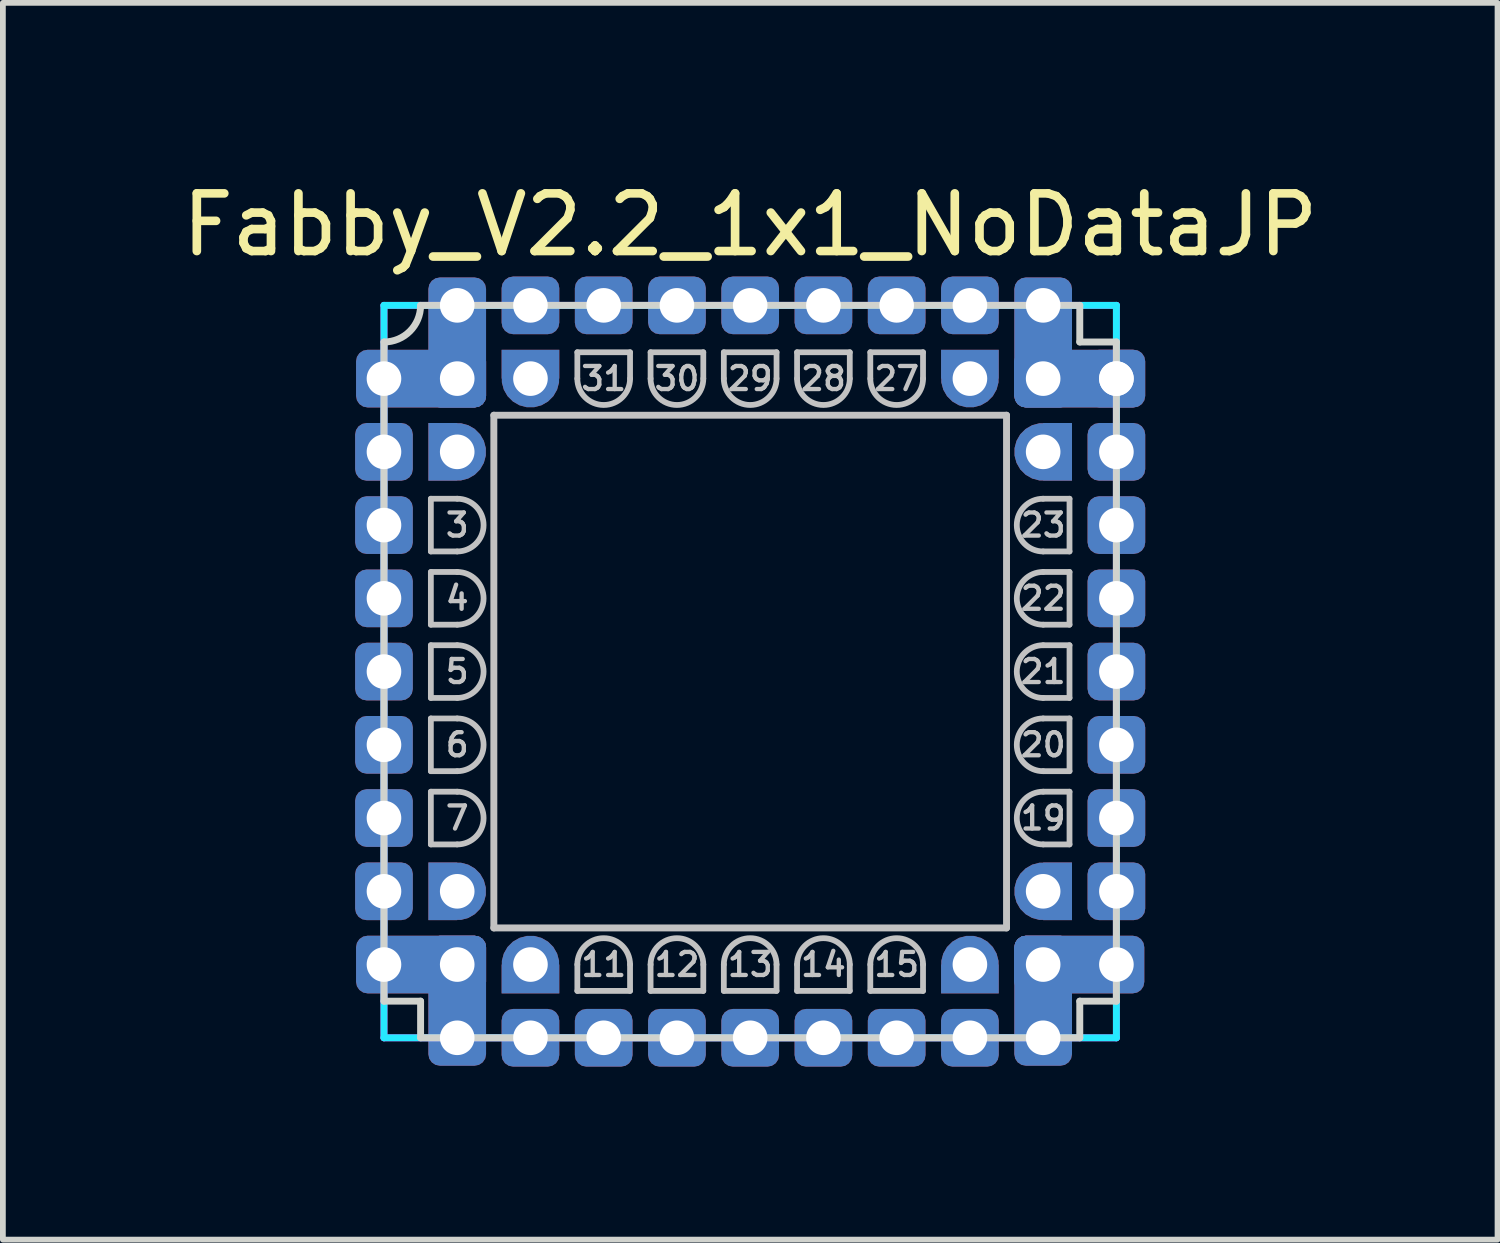
<source format=kicad_pcb>
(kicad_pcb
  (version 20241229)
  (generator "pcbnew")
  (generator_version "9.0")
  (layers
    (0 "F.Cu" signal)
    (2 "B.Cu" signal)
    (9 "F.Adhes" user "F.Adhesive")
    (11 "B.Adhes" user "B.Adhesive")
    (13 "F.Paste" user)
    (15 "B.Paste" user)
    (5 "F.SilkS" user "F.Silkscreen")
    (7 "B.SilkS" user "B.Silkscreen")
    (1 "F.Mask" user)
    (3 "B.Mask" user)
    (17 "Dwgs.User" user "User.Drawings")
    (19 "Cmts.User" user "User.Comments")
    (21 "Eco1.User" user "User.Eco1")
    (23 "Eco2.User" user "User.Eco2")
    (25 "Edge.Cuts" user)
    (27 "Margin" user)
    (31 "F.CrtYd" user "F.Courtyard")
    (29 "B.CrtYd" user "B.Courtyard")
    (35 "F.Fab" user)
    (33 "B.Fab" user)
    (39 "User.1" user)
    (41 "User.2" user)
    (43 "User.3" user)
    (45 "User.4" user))
  (footprint "Fabby_V2.2_1x1_NoDataJP"
    (layer "F.Cu")
    (at 9.958 8.595)
    (property "Reference" "Fabby_V2.2_1x1_NoDataJP" (at 0 -7.747 0) (layer "F.SilkS") (effects (font (size 1 1) (thickness 0.15))))
    (attr through_hole)
    (fp_line (start -5.537 -2.997) (end -5.08 -2.997) (stroke (width 0.1) (type solid)) (layer "Dwgs.User"))
    (fp_line (start -5.537 -2.083) (end -5.537 -2.997) (stroke (width 0.1) (type solid)) (layer "Dwgs.User"))
    (fp_line (start -5.537 -1.727) (end -5.08 -1.727) (stroke (width 0.1) (type solid)) (layer "Dwgs.User"))
    (fp_line (start -5.537 -0.813) (end -5.537 -1.727) (stroke (width 0.1) (type solid)) (layer "Dwgs.User"))
    (fp_line (start -5.537 -0.457) (end -5.08 -0.457) (stroke (width 0.1) (type solid)) (layer "Dwgs.User"))
    (fp_line (start -5.537 0.457) (end -5.537 -0.457) (stroke (width 0.1) (type solid)) (layer "Dwgs.User"))
    (fp_line (start -5.537 0.813) (end -5.08 0.813) (stroke (width 0.1) (type solid)) (layer "Dwgs.User"))
    (fp_line (start -5.537 1.727) (end -5.537 0.813) (stroke (width 0.1) (type solid)) (layer "Dwgs.User"))
    (fp_line (start -5.537 2.083) (end -5.08 2.083) (stroke (width 0.1) (type solid)) (layer "Dwgs.User"))
    (fp_line (start -5.537 2.997) (end -5.537 2.083) (stroke (width 0.1) (type solid)) (layer "Dwgs.User"))
    (fp_line (start -5.08 -2.083) (end -5.537 -2.083) (stroke (width 0.1) (type solid)) (layer "Dwgs.User"))
    (fp_line (start -5.08 -0.813) (end -5.537 -0.813) (stroke (width 0.1) (type solid)) (layer "Dwgs.User"))
    (fp_line (start -5.08 0.457) (end -5.537 0.457) (stroke (width 0.1) (type solid)) (layer "Dwgs.User"))
    (fp_line (start -5.08 1.727) (end -5.537 1.727) (stroke (width 0.1) (type solid)) (layer "Dwgs.User"))
    (fp_line (start -5.08 2.997) (end -5.537 2.997) (stroke (width 0.1) (type solid)) (layer "Dwgs.User"))
    (fp_line (start -4.445 -4.445) (end 4.445 -4.445) (stroke (width 0.12) (type solid)) (layer "Dwgs.User"))
    (fp_line (start -4.445 4.445) (end -4.445 -4.445) (stroke (width 0.12) (type solid)) (layer "Dwgs.User"))
    (fp_line (start -2.997 -5.537) (end -2.083 -5.537) (stroke (width 0.1) (type solid)) (layer "Dwgs.User"))
    (fp_line (start -2.997 -5.08) (end -2.997 -5.537) (stroke (width 0.1) (type solid)) (layer "Dwgs.User"))
    (fp_line (start -2.997 5.537) (end -2.997 5.08) (stroke (width 0.1) (type solid)) (layer "Dwgs.User"))
    (fp_line (start -2.083 -5.537) (end -2.083 -5.08) (stroke (width 0.1) (type solid)) (layer "Dwgs.User"))
    (fp_line (start -2.083 5.08) (end -2.083 5.537) (stroke (width 0.1) (type solid)) (layer "Dwgs.User"))
    (fp_line (start -2.083 5.537) (end -2.997 5.537) (stroke (width 0.1) (type solid)) (layer "Dwgs.User"))
    (fp_line (start -1.727 -5.537) (end -0.813 -5.537) (stroke (width 0.1) (type solid)) (layer "Dwgs.User"))
    (fp_line (start -1.727 -5.08) (end -1.727 -5.537) (stroke (width 0.1) (type solid)) (layer "Dwgs.User"))
    (fp_line (start -1.727 5.537) (end -1.727 5.08) (stroke (width 0.1) (type solid)) (layer "Dwgs.User"))
    (fp_line (start -0.813 -5.537) (end -0.813 -5.08) (stroke (width 0.1) (type solid)) (layer "Dwgs.User"))
    (fp_line (start -0.813 5.08) (end -0.813 5.537) (stroke (width 0.1) (type solid)) (layer "Dwgs.User"))
    (fp_line (start -0.813 5.537) (end -1.727 5.537) (stroke (width 0.1) (type solid)) (layer "Dwgs.User"))
    (fp_line (start -0.457 -5.537) (end 0.457 -5.537) (stroke (width 0.1) (type solid)) (layer "Dwgs.User"))
    (fp_line (start -0.457 -5.08) (end -0.457 -5.537) (stroke (width 0.1) (type solid)) (layer "Dwgs.User"))
    (fp_line (start -0.457 5.537) (end -0.457 5.08) (stroke (width 0.1) (type solid)) (layer "Dwgs.User"))
    (fp_line (start 0.457 -5.537) (end 0.457 -5.08) (stroke (width 0.1) (type solid)) (layer "Dwgs.User"))
    (fp_line (start 0.457 5.08) (end 0.457 5.537) (stroke (width 0.1) (type solid)) (layer "Dwgs.User"))
    (fp_line (start 0.457 5.537) (end -0.457 5.537) (stroke (width 0.1) (type solid)) (layer "Dwgs.User"))
    (fp_line (start 0.813 -5.537) (end 1.727 -5.537) (stroke (width 0.1) (type solid)) (layer "Dwgs.User"))
    (fp_line (start 0.813 -5.08) (end 0.813 -5.537) (stroke (width 0.1) (type solid)) (layer "Dwgs.User"))
    (fp_line (start 0.813 5.537) (end 0.813 5.08) (stroke (width 0.1) (type solid)) (layer "Dwgs.User"))
    (fp_line (start 1.727 -5.537) (end 1.727 -5.08) (stroke (width 0.1) (type solid)) (layer "Dwgs.User"))
    (fp_line (start 1.727 5.08) (end 1.727 5.537) (stroke (width 0.1) (type solid)) (layer "Dwgs.User"))
    (fp_line (start 1.727 5.537) (end 0.813 5.537) (stroke (width 0.1) (type solid)) (layer "Dwgs.User"))
    (fp_line (start 2.083 -5.537) (end 2.997 -5.537) (stroke (width 0.1) (type solid)) (layer "Dwgs.User"))
    (fp_line (start 2.083 -5.08) (end 2.083 -5.537) (stroke (width 0.1) (type solid)) (layer "Dwgs.User"))
    (fp_line (start 2.083 5.537) (end 2.083 5.08) (stroke (width 0.1) (type solid)) (layer "Dwgs.User"))
    (fp_line (start 2.997 -5.537) (end 2.997 -5.08) (stroke (width 0.1) (type solid)) (layer "Dwgs.User"))
    (fp_line (start 2.997 5.08) (end 2.997 5.537) (stroke (width 0.1) (type solid)) (layer "Dwgs.User"))
    (fp_line (start 2.997 5.537) (end 2.083 5.537) (stroke (width 0.1) (type solid)) (layer "Dwgs.User"))
    (fp_line (start 4.445 -4.445) (end 4.445 4.445) (stroke (width 0.12) (type solid)) (layer "Dwgs.User"))
    (fp_line (start 4.445 4.445) (end -4.445 4.445) (stroke (width 0.12) (type solid)) (layer "Dwgs.User"))
    (fp_line (start 5.08 -2.997) (end 5.537 -2.997) (stroke (width 0.1) (type solid)) (layer "Dwgs.User"))
    (fp_line (start 5.08 -1.727) (end 5.537 -1.727) (stroke (width 0.1) (type solid)) (layer "Dwgs.User"))
    (fp_line (start 5.08 -0.457) (end 5.537 -0.457) (stroke (width 0.1) (type solid)) (layer "Dwgs.User"))
    (fp_line (start 5.08 0.813) (end 5.537 0.813) (stroke (width 0.1) (type solid)) (layer "Dwgs.User"))
    (fp_line (start 5.08 2.083) (end 5.537 2.083) (stroke (width 0.1) (type solid)) (layer "Dwgs.User"))
    (fp_line (start 5.537 -2.997) (end 5.537 -2.083) (stroke (width 0.1) (type solid)) (layer "Dwgs.User"))
    (fp_line (start 5.537 -2.083) (end 5.08 -2.083) (stroke (width 0.1) (type solid)) (layer "Dwgs.User"))
    (fp_line (start 5.537 -1.727) (end 5.537 -0.813) (stroke (width 0.1) (type solid)) (layer "Dwgs.User"))
    (fp_line (start 5.537 -0.813) (end 5.08 -0.813) (stroke (width 0.1) (type solid)) (layer "Dwgs.User"))
    (fp_line (start 5.537 -0.457) (end 5.537 0.457) (stroke (width 0.1) (type solid)) (layer "Dwgs.User"))
    (fp_line (start 5.537 0.457) (end 5.08 0.457) (stroke (width 0.1) (type solid)) (layer "Dwgs.User"))
    (fp_line (start 5.537 0.813) (end 5.537 1.727) (stroke (width 0.1) (type solid)) (layer "Dwgs.User"))
    (fp_line (start 5.537 1.727) (end 5.08 1.727) (stroke (width 0.1) (type solid)) (layer "Dwgs.User"))
    (fp_line (start 5.537 2.083) (end 5.537 2.997) (stroke (width 0.1) (type solid)) (layer "Dwgs.User"))
    (fp_line (start 5.537 2.997) (end 5.08 2.997) (stroke (width 0.1) (type solid)) (layer "Dwgs.User"))
    (fp_arc (start -5.08 -2.9972) (mid -4.6228 -2.54) (end -5.08 -2.0828) (stroke (width 0.1) (type solid)) (layer "Dwgs.User"))
    (fp_arc (start -5.08 -1.7272) (mid -4.6228 -1.27) (end -5.08 -0.8128) (stroke (width 0.1) (type solid)) (layer "Dwgs.User"))
    (fp_arc (start -5.08 -0.4572) (mid -4.6228 0) (end -5.08 0.4572) (stroke (width 0.1) (type solid)) (layer "Dwgs.User"))
    (fp_arc (start -5.08 0.8128) (mid -4.6228 1.27) (end -5.08 1.7272) (stroke (width 0.1) (type solid)) (layer "Dwgs.User"))
    (fp_arc (start -5.08 2.0828) (mid -4.6228 2.54) (end -5.08 2.9972) (stroke (width 0.1) (type solid)) (layer "Dwgs.User"))
    (fp_arc (start -2.9972 5.08) (mid -2.54 4.6228) (end -2.0828 5.08) (stroke (width 0.1) (type solid)) (layer "Dwgs.User"))
    (fp_arc (start -2.0828 -5.08) (mid -2.54 -4.6228) (end -2.9972 -5.08) (stroke (width 0.1) (type solid)) (layer "Dwgs.User"))
    (fp_arc (start -1.7272 5.08) (mid -1.27 4.6228) (end -0.8128 5.08) (stroke (width 0.1) (type solid)) (layer "Dwgs.User"))
    (fp_arc (start -0.8128 -5.08) (mid -1.27 -4.6228) (end -1.7272 -5.08) (stroke (width 0.1) (type solid)) (layer "Dwgs.User"))
    (fp_arc (start -0.4572 5.08) (mid 0 4.6228) (end 0.4572 5.08) (stroke (width 0.1) (type solid)) (layer "Dwgs.User"))
    (fp_arc (start 0.4572 -5.08) (mid 0 -4.6228) (end -0.4572 -5.08) (stroke (width 0.1) (type solid)) (layer "Dwgs.User"))
    (fp_arc (start 0.8128 5.08) (mid 1.27 4.6228) (end 1.7272 5.08) (stroke (width 0.1) (type solid)) (layer "Dwgs.User"))
    (fp_arc (start 1.7272 -5.08) (mid 1.27 -4.6228) (end 0.8128 -5.08) (stroke (width 0.1) (type solid)) (layer "Dwgs.User"))
    (fp_arc (start 2.0828 5.08) (mid 2.54 4.6228) (end 2.9972 5.08) (stroke (width 0.1) (type solid)) (layer "Dwgs.User"))
    (fp_arc (start 2.9972 -5.08) (mid 2.54 -4.6228) (end 2.0828 -5.08) (stroke (width 0.1) (type solid)) (layer "Dwgs.User"))
    (fp_arc (start 5.08 -2.0828) (mid 4.6228 -2.54) (end 5.08 -2.9972) (stroke (width 0.1) (type solid)) (layer "Dwgs.User"))
    (fp_arc (start 5.08 -0.8128) (mid 4.6228 -1.27) (end 5.08 -1.7272) (stroke (width 0.1) (type solid)) (layer "Dwgs.User"))
    (fp_arc (start 5.08 0.4572) (mid 4.6228 0) (end 5.08 -0.4572) (stroke (width 0.1) (type solid)) (layer "Dwgs.User"))
    (fp_arc (start 5.08 1.7272) (mid 4.6228 1.27) (end 5.08 0.8128) (stroke (width 0.1) (type solid)) (layer "Dwgs.User"))
    (fp_arc (start 5.08 2.9972) (mid 4.6228 2.54) (end 5.08 2.0828) (stroke (width 0.1) (type solid)) (layer "Dwgs.User"))
    (fp_line (start -6.35 -5.715) (end -6.35 5.715) (stroke (width 0.12) (type solid)) (layer "Edge.Cuts"))
    (fp_line (start -6.35 5.715) (end -5.715 5.715) (stroke (width 0.12) (type solid)) (layer "Edge.Cuts"))
    (fp_line (start -5.715 -6.35) (end 5.715 -6.35) (stroke (width 0.12) (type solid)) (layer "Edge.Cuts"))
    (fp_line (start -5.715 5.715) (end -5.715 6.35) (stroke (width 0.12) (type solid)) (layer "Edge.Cuts"))
    (fp_line (start 5.715 -6.35) (end 5.715 -5.715) (stroke (width 0.12) (type solid)) (layer "Edge.Cuts"))
    (fp_line (start 5.715 -5.715) (end 6.35 -5.715) (stroke (width 0.12) (type solid)) (layer "Edge.Cuts"))
    (fp_line (start 5.715 5.715) (end 6.35 5.715) (stroke (width 0.12) (type solid)) (layer "Edge.Cuts"))
    (fp_line (start 5.715 6.35) (end -5.715 6.35) (stroke (width 0.12) (type solid)) (layer "Edge.Cuts"))
    (fp_line (start 5.715 6.35) (end 5.715 5.715) (stroke (width 0.12) (type solid)) (layer "Edge.Cuts"))
    (fp_line (start 6.35 -5.715) (end 6.35 5.715) (stroke (width 0.12) (type solid)) (layer "Edge.Cuts"))
    (fp_arc (start -5.715 -6.35) (mid -5.900987 -5.900987) (end -6.35 -5.715) (stroke (width 0.12) (type solid)) (layer "Edge.Cuts"))
    (fp_line (start -6.35 -6.35) (end 6.35 -6.35) (stroke (width 0.12) (type solid)) (layer "B.CrtYd"))
    (fp_line (start -6.35 6.35) (end -6.35 -6.35) (stroke (width 0.12) (type solid)) (layer "B.CrtYd"))
    (fp_line (start 6.35 -6.35) (end 6.35 6.35) (stroke (width 0.12) (type solid)) (layer "B.CrtYd"))
    (fp_line (start 6.35 6.35) (end -6.35 6.35) (stroke (width 0.12) (type solid)) (layer "B.CrtYd"))
    (fp_line (start -6.35 -6.35) (end 6.35 -6.35) (stroke (width 0.12) (type solid)) (layer "F.CrtYd"))
    (fp_line (start -6.35 6.35) (end -6.35 -6.35) (stroke (width 0.12) (type solid)) (layer "F.CrtYd"))
    (fp_line (start 6.35 -6.35) (end 6.35 6.35) (stroke (width 0.12) (type solid)) (layer "F.CrtYd"))
    (fp_line (start 6.35 6.35) (end -6.35 6.35) (stroke (width 0.12) (type solid)) (layer "F.CrtYd"))
    (fp_text user "7" (at -5.08 2.54 0) (layer "Dwgs.User") (effects (font (size 0.4 0.4) (thickness 0.075))))
    (fp_text user "29" (at 0 -5.08 0) (layer "Dwgs.User") (effects (font (size 0.4 0.4) (thickness 0.075))))
    (fp_text user "4" (at -5.08 -1.27 0) (layer "Dwgs.User") (effects (font (size 0.4 0.4) (thickness 0.075))))
    (fp_text user "20" (at 5.08 1.27 0) (layer "Dwgs.User") (effects (font (size 0.4 0.4) (thickness 0.075))))
    (fp_text user "31" (at -2.54 -5.08 0) (layer "Dwgs.User") (effects (font (size 0.4 0.4) (thickness 0.075))))
    (fp_text user "30" (at -1.27 -5.08 0) (layer "Dwgs.User") (effects (font (size 0.4 0.4) (thickness 0.075))))
    (fp_text user "23" (at 5.08 -2.54 0) (layer "Dwgs.User") (effects (font (size 0.4 0.4) (thickness 0.075))))
    (fp_text user "15" (at 2.54 5.08 0) (layer "Dwgs.User") (effects (font (size 0.4 0.4) (thickness 0.075))))
    (fp_text user "11" (at -2.54 5.08 0) (layer "Dwgs.User") (effects (font (size 0.4 0.4) (thickness 0.075))))
    (fp_text user "14" (at 1.27 5.08 0) (layer "Dwgs.User") (effects (font (size 0.4 0.4) (thickness 0.075))))
    (fp_text user "19" (at 5.08 2.54 0) (layer "Dwgs.User") (effects (font (size 0.4 0.4) (thickness 0.075))))
    (fp_text user "6" (at -5.08 1.27 0) (layer "Dwgs.User") (effects (font (size 0.4 0.4) (thickness 0.075))))
    (fp_text user "21" (at 5.08 0 0) (layer "Dwgs.User") (effects (font (size 0.4 0.4) (thickness 0.075))))
    (fp_text user "22" (at 5.08 -1.27 0) (layer "Dwgs.User") (effects (font (size 0.4 0.4) (thickness 0.075))))
    (fp_text user "5" (at -5.08 0 0) (layer "Dwgs.User") (effects (font (size 0.4 0.4) (thickness 0.075))))
    (fp_text user "12" (at -1.27 5.08 0) (layer "Dwgs.User") (effects (font (size 0.4 0.4) (thickness 0.075))))
    (fp_text user "3" (at -5.08 -2.54 0) (layer "Dwgs.User") (effects (font (size 0.4 0.4) (thickness 0.075))))
    (fp_text user "13" (at 0 5.08 0) (layer "Dwgs.User") (effects (font (size 0.4 0.4) (thickness 0.075))))
    (fp_text user "27" (at 2.54 -5.08 0) (layer "Dwgs.User") (effects (font (size 0.4 0.4) (thickness 0.075))))
    (fp_text user "28" (at 1.27 -5.08 0) (layer "Dwgs.User") (effects (font (size 0.4 0.4) (thickness 0.075))))
    (pad "" thru_hole roundrect (at -6.35 -3.81 270) (size 1 1) (drill 0.6) (layers "*.Cu" "*.Mask") (roundrect_rratio 0.2))
    (pad "" thru_hole roundrect (at -6.35 -2.54 270) (size 1 1) (drill 0.6) (layers "*.Cu" "*.Mask") (roundrect_rratio 0.2))
    (pad "" thru_hole roundrect (at -6.35 -1.27 270) (size 1 1) (drill 0.6) (layers "*.Cu" "*.Mask") (roundrect_rratio 0.2))
    (pad "" thru_hole roundrect (at -6.35 0 270) (size 1 1) (drill 0.6) (layers "*.Cu" "*.Mask") (roundrect_rratio 0.2))
    (pad "" thru_hole roundrect (at -6.35 1.27 270) (size 1 1) (drill 0.6) (layers "*.Cu" "*.Mask") (roundrect_rratio 0.2))
    (pad "" thru_hole roundrect (at -6.35 2.54 270) (size 1 1) (drill 0.6) (layers "*.Cu" "*.Mask") (roundrect_rratio 0.2))
    (pad "" thru_hole roundrect (at -6.35 3.81 270) (size 1 1) (drill 0.6) (layers "*.Cu" "*.Mask") (roundrect_rratio 0.2))
    (pad "" thru_hole roundrect (at -3.81 -6.35 270) (size 1 1) (drill 0.6) (layers "*.Cu" "*.Mask") (roundrect_rratio 0.2))
    (pad "" thru_hole roundrect (at -3.81 6.35 270) (size 1 1) (drill 0.6) (layers "*.Cu" "*.Mask") (roundrect_rratio 0.2))
    (pad "" thru_hole roundrect (at -2.54 -6.35 270) (size 1 1) (drill 0.6) (layers "*.Cu" "*.Mask") (roundrect_rratio 0.2))
    (pad "" thru_hole roundrect (at -2.54 6.35 270) (size 1 1) (drill 0.6) (layers "*.Cu" "*.Mask") (roundrect_rratio 0.2))
    (pad "" thru_hole roundrect (at -1.27 -6.35 270) (size 1 1) (drill 0.6) (layers "*.Cu" "*.Mask") (roundrect_rratio 0.2))
    (pad "" thru_hole roundrect (at -1.27 6.35 270) (size 1 1) (drill 0.6) (layers "*.Cu" "*.Mask") (roundrect_rratio 0.2))
    (pad "" thru_hole roundrect (at 0 -6.35 270) (size 1 1) (drill 0.6) (layers "*.Cu" "*.Mask") (roundrect_rratio 0.2))
    (pad "" thru_hole roundrect (at 0 6.35 270) (size 1 1) (drill 0.6) (layers "*.Cu" "*.Mask") (roundrect_rratio 0.2))
    (pad "" thru_hole roundrect (at 1.27 -6.35 270) (size 1 1) (drill 0.6) (layers "*.Cu" "*.Mask") (roundrect_rratio 0.2))
    (pad "" thru_hole roundrect (at 1.27 6.35 270) (size 1 1) (drill 0.6) (layers "*.Cu" "*.Mask") (roundrect_rratio 0.2))
    (pad "" thru_hole roundrect (at 2.54 -6.35 270) (size 1 1) (drill 0.6) (layers "*.Cu" "*.Mask") (roundrect_rratio 0.2))
    (pad "" thru_hole roundrect (at 2.54 6.35 270) (size 1 1) (drill 0.6) (layers "*.Cu" "*.Mask") (roundrect_rratio 0.2))
    (pad "" thru_hole roundrect (at 3.81 -6.35 270) (size 1 1) (drill 0.6) (layers "*.Cu" "*.Mask") (roundrect_rratio 0.2))
    (pad "" thru_hole roundrect (at 3.81 6.35 270) (size 1 1) (drill 0.6) (layers "*.Cu" "*.Mask") (roundrect_rratio 0.2))
    (pad "" thru_hole roundrect (at 6.35 -3.81 270) (size 1 1) (drill 0.6) (layers "*.Cu" "*.Mask") (roundrect_rratio 0.2))
    (pad "" thru_hole roundrect (at 6.35 -2.54 270) (size 1 1) (drill 0.6) (layers "*.Cu" "*.Mask") (roundrect_rratio 0.2))
    (pad "" thru_hole roundrect (at 6.35 -1.27 270) (size 1 1) (drill 0.6) (layers "*.Cu" "*.Mask") (roundrect_rratio 0.2))
    (pad "" thru_hole roundrect (at 6.35 0 270) (size 1 1) (drill 0.6) (layers "*.Cu" "*.Mask") (roundrect_rratio 0.2))
    (pad "" thru_hole roundrect (at 6.35 1.27 270) (size 1 1) (drill 0.6) (layers "*.Cu" "*.Mask") (roundrect_rratio 0.2))
    (pad "" thru_hole roundrect (at 6.35 2.54 270) (size 1 1) (drill 0.6) (layers "*.Cu" "*.Mask") (roundrect_rratio 0.2))
    (pad "" thru_hole roundrect (at 6.35 3.81 270) (size 1 1) (drill 0.6) (layers "*.Cu" "*.Mask") (roundrect_rratio 0.2))
    (pad "1" thru_hole roundrect (at -6.35 -5.08 270) (size 1 2.254) (drill 0.6 (offset 0 -0.643)) (layers "*.Cu" "*.Mask") (roundrect_rratio 0.2))
    (pad "1" thru_hole roundrect (at -5.08 -6.35 180) (size 1 2.254) (drill 0.6 (offset 0 -0.643)) (layers "*.Cu" "*.Mask") (roundrect_rratio 0.2))
    (pad "1" thru_hole roundrect (at -5.08 -5.08 270) (size 1 1) (drill 0.6) (layers "*.Cu" "*.Mask") (roundrect_rratio 0.2))
    (pad "2" thru_hole custom (at -5.08 -3.81) (size 1 1) (drill 0.6) (layers "*.Cu" "*.Mask") (options (anchor circle)) (primitives (gr_poly (pts (xy -0.5 -0.5) (xy 0 -0.5) (xy 0 0.5) (xy -0.5 0.5)) (width 0) (fill yes))))
    (pad "8" thru_hole custom (at -5.08 3.81) (size 1 1) (drill 0.6) (layers "*.Cu" "*.Mask") (options (anchor circle)) (primitives (gr_poly (pts (xy -0.5 -0.5) (xy 0 -0.5) (xy 0 0.5) (xy -0.5 0.5)) (width 0) (fill yes))))
    (pad "9" thru_hole roundrect (at -6.35 5.08 270) (size 1 2.254) (drill 0.6 (offset 0 -0.643)) (layers "*.Cu" "*.Mask") (roundrect_rratio 0.2))
    (pad "9" thru_hole roundrect (at -5.08 5.08 270) (size 1 1) (drill 0.6) (layers "*.Cu" "*.Mask") (roundrect_rratio 0.2))
    (pad "9" thru_hole roundrect (at -5.08 6.35) (size 1 2.254) (drill 0.6 (offset 0 -0.643)) (layers "*.Cu" "*.Mask") (roundrect_rratio 0.2))
    (pad "10" thru_hole custom (at -3.81 5.08 90) (size 1 1) (drill 0.6) (layers "*.Cu" "*.Mask") (options (anchor circle)) (primitives (gr_poly (pts (xy -0.5 -0.5) (xy 0 -0.5) (xy 0 0.5) (xy -0.5 0.5)) (width 0) (fill yes))))
    (pad "16" thru_hole custom (at 3.81 5.08 90) (size 1 1) (drill 0.6) (layers "*.Cu" "*.Mask") (options (anchor circle)) (primitives (gr_poly (pts (xy -0.5 -0.5) (xy 0 -0.5) (xy 0 0.5) (xy -0.5 0.5)) (width 0) (fill yes))))
    (pad "17" thru_hole roundrect (at 5.08 5.08 270) (size 1 1) (drill 0.6) (layers "*.Cu" "*.Mask") (roundrect_rratio 0.2))
    (pad "17" thru_hole roundrect (at 5.08 6.35) (size 1 2.254) (drill 0.6 (offset 0 -0.643)) (layers "*.Cu" "*.Mask") (roundrect_rratio 0.2))
    (pad "17" thru_hole roundrect (at 6.35 5.08 90) (size 1 2.254) (drill 0.6 (offset 0 -0.643)) (layers "*.Cu" "*.Mask") (roundrect_rratio 0.2))
    (pad "18" thru_hole custom (at 5.08 3.81 180) (size 1 1) (drill 0.6) (layers "*.Cu" "*.Mask") (options (anchor circle)) (primitives (gr_poly (pts (xy -0.5 -0.5) (xy 0 -0.5) (xy 0 0.5) (xy -0.5 0.5)) (width 0) (fill yes))))
    (pad "24" thru_hole custom (at 5.08 -3.81 180) (size 1 1) (drill 0.6) (layers "*.Cu" "*.Mask") (options (anchor circle)) (primitives (gr_poly (pts (xy -0.5 -0.5) (xy 0 -0.5) (xy 0 0.5) (xy -0.5 0.5)) (width 0) (fill yes))))
    (pad "25" thru_hole roundrect (at 5.08 -6.35 180) (size 1 2.254) (drill 0.6 (offset 0 -0.643)) (layers "*.Cu" "*.Mask") (roundrect_rratio 0.2))
    (pad "25" thru_hole roundrect (at 5.08 -5.08 270) (size 1 1) (drill 0.6) (layers "*.Cu" "*.Mask") (roundrect_rratio 0.2))
    (pad "25" thru_hole roundrect (at 6.35 -5.08 270) (size 1 1) (drill 0.6) (layers "*.Cu" "*.Mask") (roundrect_rratio 0.2))
    (pad "25" thru_hole roundrect (at 6.35 -5.08 90) (size 1 2.254) (drill 0.6 (offset 0 -0.643)) (layers "*.Cu" "*.Mask") (roundrect_rratio 0.2))
    (pad "26" thru_hole custom (at 3.81 -5.08 270) (size 1 1) (drill 0.6) (layers "*.Cu" "*.Mask") (options (anchor circle)) (primitives (gr_poly (pts (xy -0.5 -0.5) (xy 0 -0.5) (xy 0 0.5) (xy -0.5 0.5)) (width 0) (fill yes))))
    (pad "32" thru_hole custom (at -3.81 -5.08 270) (size 1 1) (drill 0.6) (layers "*.Cu" "*.Mask") (options (anchor circle)) (primitives (gr_poly (pts (xy -0.5 -0.5) (xy 0 -0.5) (xy 0 0.5) (xy -0.5 0.5)) (width 0) (fill yes)))))
  (gr_rect
    (start -3 -3)
    (end 22.917 18.445)
    (stroke (width 0.1) (type default))
    (fill no)
    (layer "Edge.Cuts")))
</source>
